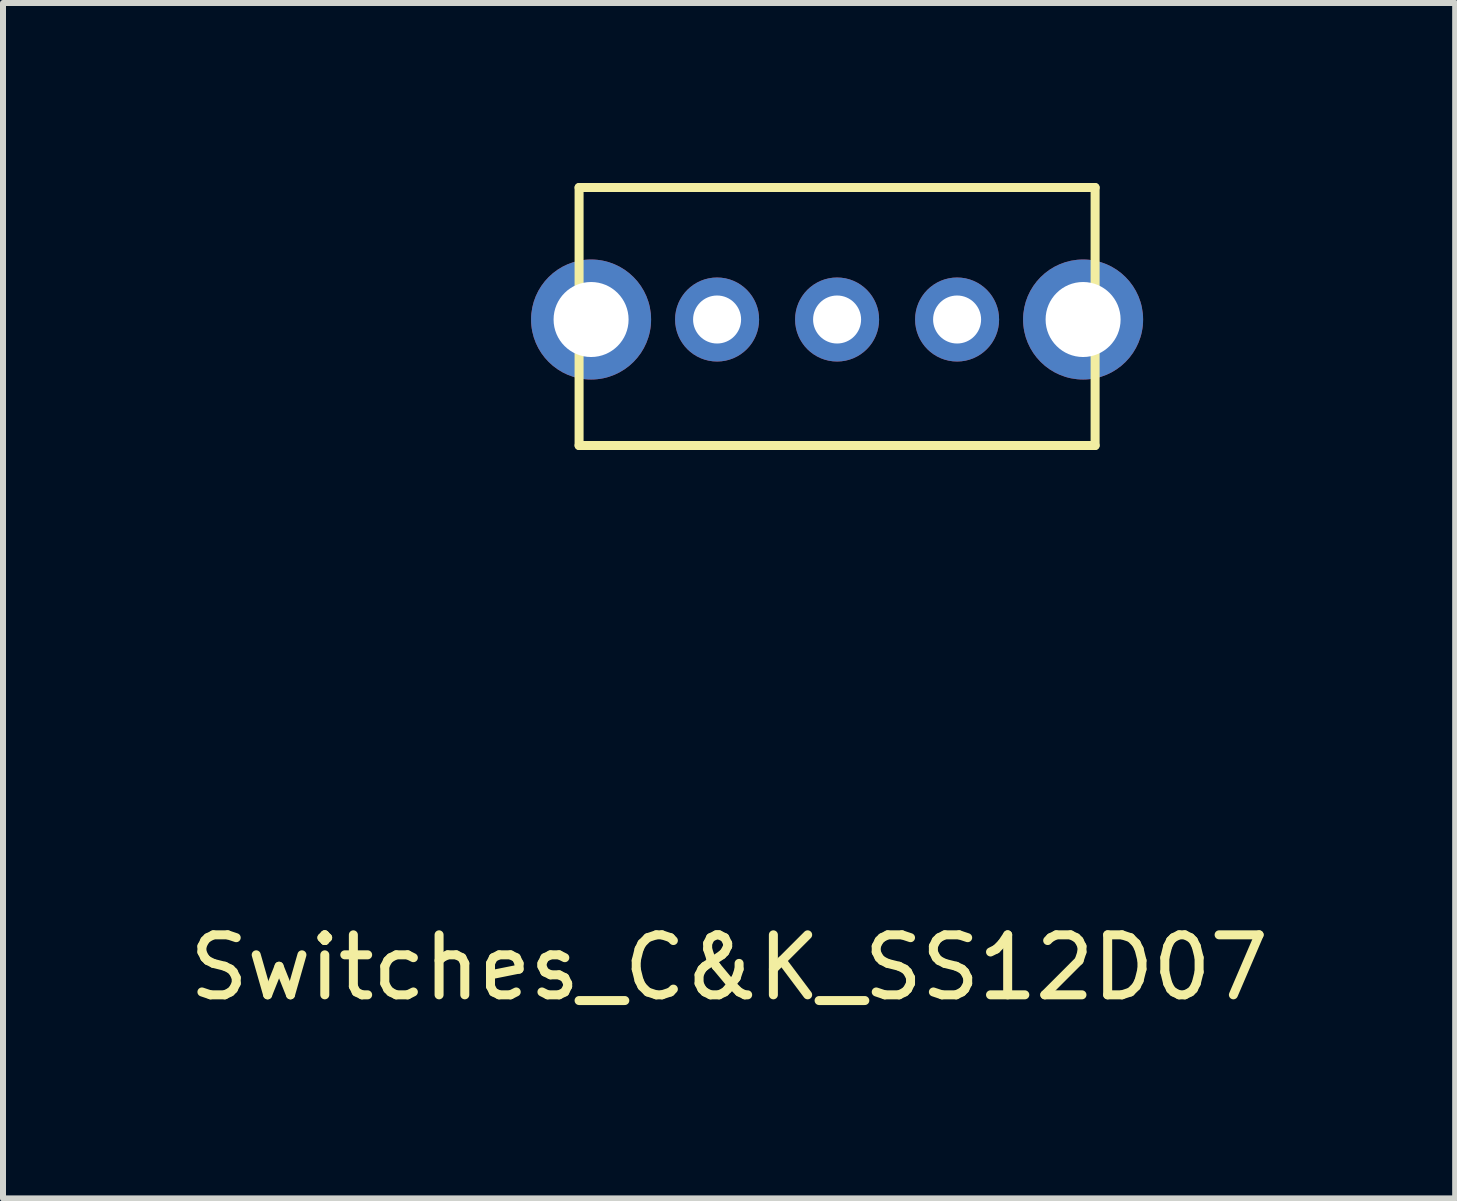
<source format=kicad_pcb>
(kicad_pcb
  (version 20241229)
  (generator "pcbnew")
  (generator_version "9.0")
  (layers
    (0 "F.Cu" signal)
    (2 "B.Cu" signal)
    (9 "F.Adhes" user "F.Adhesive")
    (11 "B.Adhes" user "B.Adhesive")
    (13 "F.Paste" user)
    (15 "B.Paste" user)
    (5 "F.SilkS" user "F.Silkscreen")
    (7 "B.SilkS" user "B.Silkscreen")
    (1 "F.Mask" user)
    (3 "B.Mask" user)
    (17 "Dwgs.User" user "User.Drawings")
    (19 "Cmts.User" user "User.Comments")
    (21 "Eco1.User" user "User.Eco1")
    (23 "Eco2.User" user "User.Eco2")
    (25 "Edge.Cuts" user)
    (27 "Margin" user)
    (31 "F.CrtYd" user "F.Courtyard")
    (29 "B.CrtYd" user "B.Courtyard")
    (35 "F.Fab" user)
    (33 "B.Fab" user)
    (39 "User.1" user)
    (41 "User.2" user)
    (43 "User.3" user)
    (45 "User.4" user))
  (footprint "Switches_C&K_SS12D07"
    (layer "F.Cu")
    (at 10.901 2.275)
    (property "Reference" "Switches_C&K_SS12D07" (at -1.8 10.8 0) (layer "F.SilkS") (effects (font (size 1 1) (thickness 0.15))))
    (attr through_hole)
    (fp_line (start -4.3 -2.2) (end -4.3 2.1) (stroke (width 0.15) (type solid)) (layer "F.SilkS"))
    (fp_line (start -4.3 2.1) (end 4.3 2.1) (stroke (width 0.15) (type solid)) (layer "F.SilkS"))
    (fp_line (start 4.3 -2.2) (end -4.3 -2.2) (stroke (width 0.15) (type solid)) (layer "F.SilkS"))
    (fp_line (start 4.3 2.1) (end 4.3 -2.2) (stroke (width 0.15) (type solid)) (layer "F.SilkS"))
    (pad "1" thru_hole circle (at -2 0) (size 1.4 1.4) (drill 0.8) (layers "*.Cu" "*.Mask"))
    (pad "2" thru_hole circle (at 0 0) (size 1.4 1.4) (drill 0.8) (layers "*.Cu" "*.Mask"))
    (pad "3" thru_hole circle (at 2 0) (size 1.4 1.4) (drill 0.8) (layers "*.Cu" "*.Mask"))
    (pad "~" thru_hole circle (at -4.1 0) (size 2 2) (drill 1.25) (layers "*.Cu" "*.Mask"))
    (pad "~" thru_hole circle (at 4.1 0) (size 2 2) (drill 1.25) (layers "*.Cu" "*.Mask")))
  (gr_rect
    (start -3 -3)
    (end 21.202 16.923)
    (stroke (width 0.1) (type default))
    (fill no)
    (layer "Edge.Cuts")))
</source>
